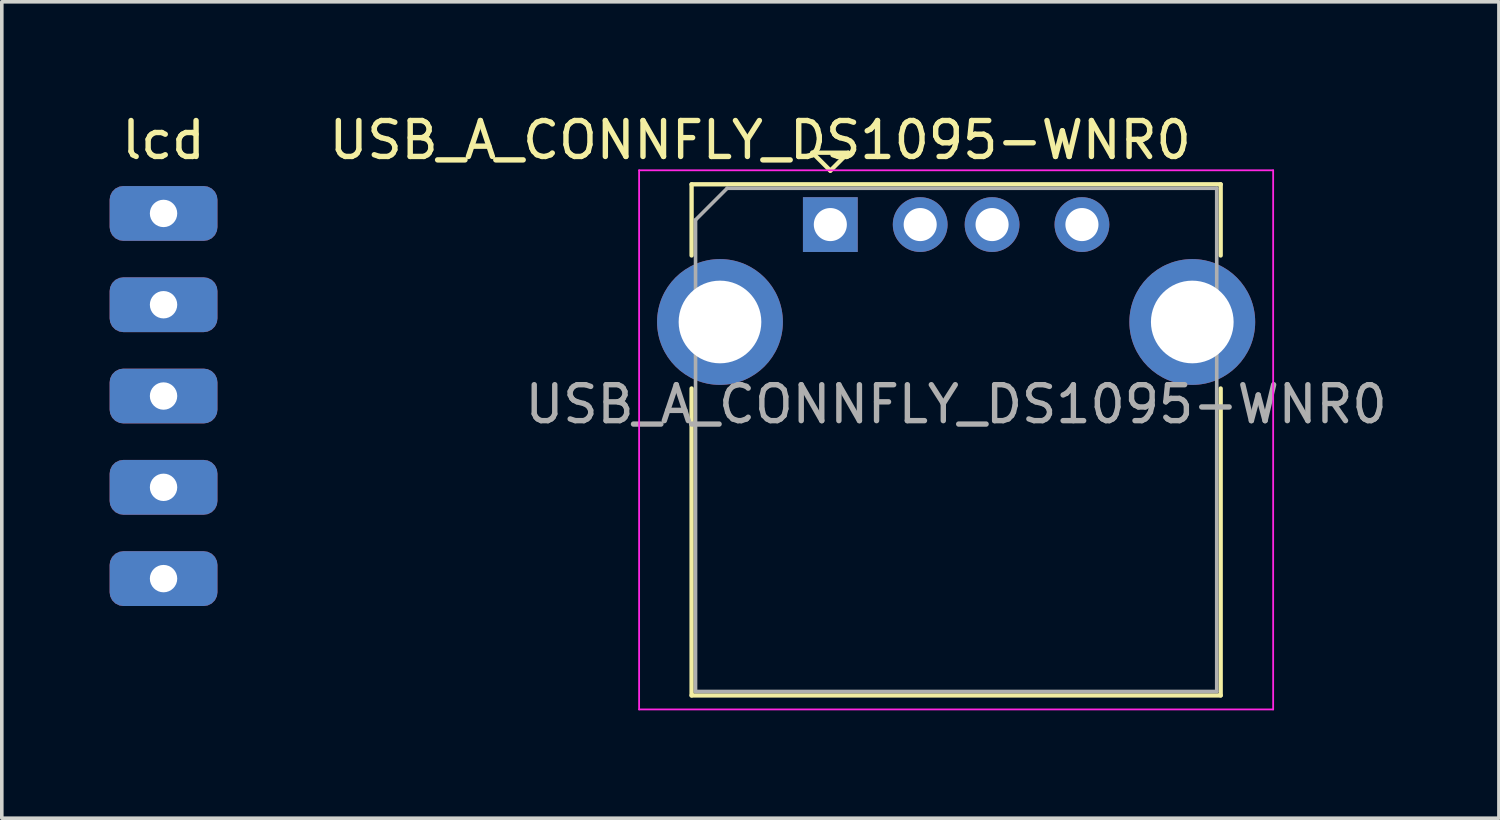
<source format=kicad_pcb>
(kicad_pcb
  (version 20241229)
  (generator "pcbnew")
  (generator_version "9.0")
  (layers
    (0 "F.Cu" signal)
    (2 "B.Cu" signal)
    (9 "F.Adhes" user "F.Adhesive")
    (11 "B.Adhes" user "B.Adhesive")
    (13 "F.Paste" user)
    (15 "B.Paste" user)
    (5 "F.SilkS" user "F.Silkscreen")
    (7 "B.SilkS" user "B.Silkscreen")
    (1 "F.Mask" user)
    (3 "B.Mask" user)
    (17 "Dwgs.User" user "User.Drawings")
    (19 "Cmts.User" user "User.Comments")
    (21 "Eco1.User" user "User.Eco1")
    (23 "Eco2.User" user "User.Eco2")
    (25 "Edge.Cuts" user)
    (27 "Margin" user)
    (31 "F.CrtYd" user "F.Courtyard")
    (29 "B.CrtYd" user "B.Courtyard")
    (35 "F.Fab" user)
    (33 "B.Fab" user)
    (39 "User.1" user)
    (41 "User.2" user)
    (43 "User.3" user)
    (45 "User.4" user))
  (footprint "lcd"
    (layer "F.Cu")
    (at 1.5 0.348)
    (property "Reference" "lcd" (at 0 0.5 0) (layer "F.SilkS") (effects (font (size 1 1) (thickness 0.15))))
    (attr through_hole)
    (pad "1" thru_hole roundrect (at 0 2.54) (size 3 1.524) (drill 0.762) (layers "*.Cu" "*.Mask") (roundrect_rratio 0.25))
    (pad "2" thru_hole roundrect (at 0 5.08) (size 3 1.524) (drill 0.762) (layers "*.Cu" "*.Mask") (roundrect_rratio 0.25))
    (pad "3" thru_hole roundrect (at 0 7.62) (size 3 1.524) (drill 0.762) (layers "*.Cu" "*.Mask") (roundrect_rratio 0.25))
    (pad "4" thru_hole roundrect (at 0 10.16) (size 3 1.524) (drill 0.762) (layers "*.Cu" "*.Mask") (roundrect_rratio 0.25))
    (pad "5" thru_hole roundrect (at 0 12.7) (size 3 1.524) (drill 0.762) (layers "*.Cu" "*.Mask") (roundrect_rratio 0.25)))
  (footprint "USB_A_CONNFLY_DS1095-WNR0"
    (layer "F.Cu")
    (at 20.051 3.198)
    (property "Reference" "USB_A_CONNFLY_DS1095-WNR0" (at -1.95 -2.35 0) (layer "F.SilkS") (effects (font (size 1 1) (thickness 0.15))))
    (attr through_hole)
    (fp_line (start -3.86 -1.12) (end -3.86 0.86) (stroke (width 0.12) (type solid)) (layer "F.SilkS"))
    (fp_line (start -3.86 -1.12) (end 10.86 -1.12) (stroke (width 0.12) (type solid)) (layer "F.SilkS"))
    (fp_line (start -3.86 4.56) (end -3.86 13.1) (stroke (width 0.12) (type solid)) (layer "F.SilkS"))
    (fp_line (start -3.86 13.1) (end 10.86 13.1) (stroke (width 0.12) (type solid)) (layer "F.SilkS"))
    (fp_line (start -0.5 -2) (end 0 -1.5) (stroke (width 0.12) (type solid)) (layer "F.SilkS"))
    (fp_line (start 0 -1.5) (end 0.5 -2) (stroke (width 0.12) (type solid)) (layer "F.SilkS"))
    (fp_line (start 0.5 -2) (end -0.5 -2) (stroke (width 0.12) (type solid)) (layer "F.SilkS"))
    (fp_line (start 10.86 0.86) (end 10.86 -1.12) (stroke (width 0.12) (type solid)) (layer "F.SilkS"))
    (fp_line (start 10.86 4.56) (end 10.86 13.1) (stroke (width 0.12) (type solid)) (layer "F.SilkS"))
    (fp_line (start -5.32 -1.51) (end -5.32 13.49) (stroke (width 0.05) (type solid)) (layer "F.CrtYd"))
    (fp_line (start -5.32 -1.51) (end 12.32 -1.51) (stroke (width 0.05) (type solid)) (layer "F.CrtYd"))
    (fp_line (start 12.32 -1.51) (end 12.32 13.49) (stroke (width 0.05) (type solid)) (layer "F.CrtYd"))
    (fp_line (start 12.32 13.49) (end -5.32 13.49) (stroke (width 0.05) (type solid)) (layer "F.CrtYd"))
    (fp_line (start -3.75 -0.13) (end -3.75 12.99) (stroke (width 0.1) (type solid)) (layer "F.Fab"))
    (fp_line (start -3.75 12.99) (end 10.75 12.99) (stroke (width 0.1) (type solid)) (layer "F.Fab"))
    (fp_line (start -2.87 -1.01) (end -3.75 -0.13) (stroke (width 0.1) (type solid)) (layer "F.Fab"))
    (fp_line (start -2.87 -1.01) (end 10.75 -1.01) (stroke (width 0.1) (type solid)) (layer "F.Fab"))
    (fp_line (start 10.75 -1.01) (end 10.75 12.99) (stroke (width 0.1) (type solid)) (layer "F.Fab"))
    (fp_text user "${REFERENCE}" (at 3.5 5 0) (layer "F.Fab") (effects (font (size 1 1) (thickness 0.15))))
    (pad "1" thru_hole rect (at 0 0) (size 1.524 1.524) (drill 0.92) (layers "*.Cu" "*.Mask"))
    (pad "2" thru_hole circle (at 2.5 0) (size 1.524 1.524) (drill 0.92) (layers "*.Cu" "*.Mask"))
    (pad "3" thru_hole circle (at 4.5 0) (size 1.524 1.524) (drill 0.92) (layers "*.Cu" "*.Mask"))
    (pad "4" thru_hole circle (at 7 0) (size 1.524 1.524) (drill 0.92) (layers "*.Cu" "*.Mask"))
    (pad "5" thru_hole circle (at -3.07 2.71) (size 3.5 3.5) (drill 2.3) (layers "*.Cu" "*.Mask"))
    (pad "5" thru_hole circle (at 10.07 2.71) (size 3.5 3.5) (drill 2.3) (layers "*.Cu" "*.Mask")))
  (gr_rect
    (start -3 -3)
    (end 38.652 19.713)
    (stroke (width 0.1) (type default))
    (fill no)
    (layer "Edge.Cuts")))
</source>
